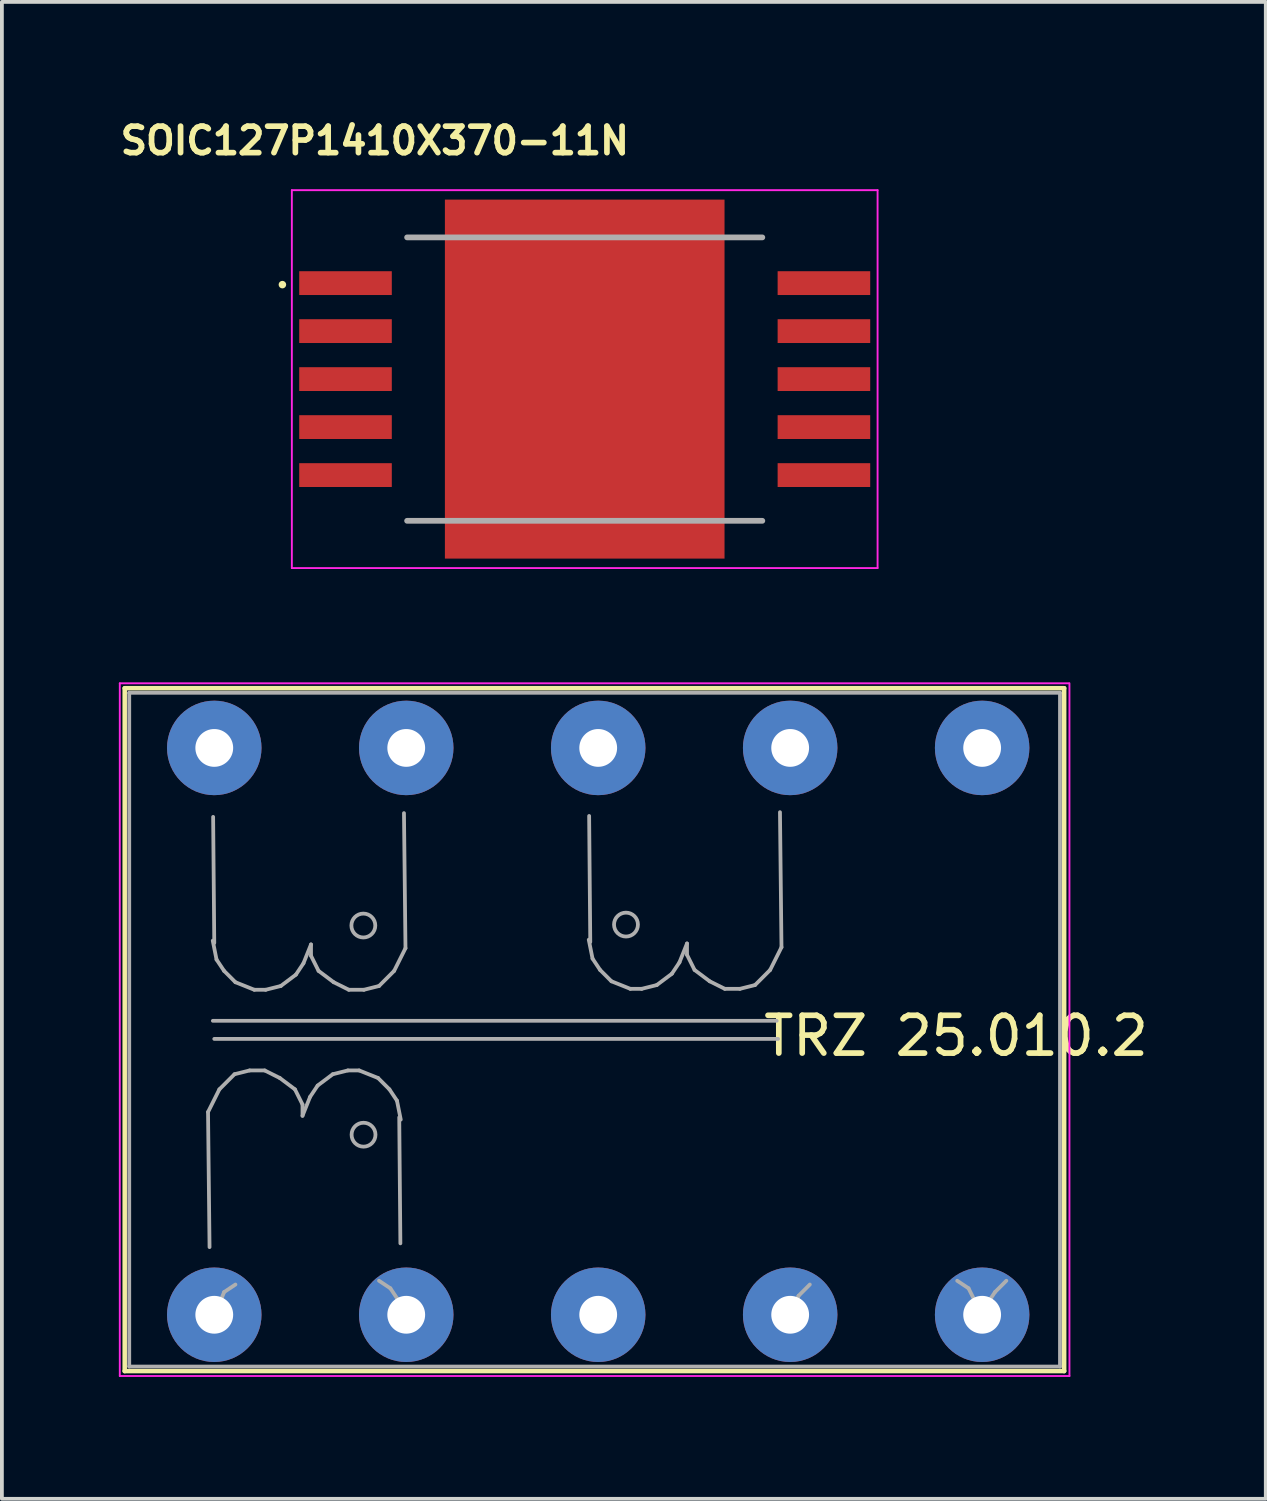
<source format=kicad_pcb>
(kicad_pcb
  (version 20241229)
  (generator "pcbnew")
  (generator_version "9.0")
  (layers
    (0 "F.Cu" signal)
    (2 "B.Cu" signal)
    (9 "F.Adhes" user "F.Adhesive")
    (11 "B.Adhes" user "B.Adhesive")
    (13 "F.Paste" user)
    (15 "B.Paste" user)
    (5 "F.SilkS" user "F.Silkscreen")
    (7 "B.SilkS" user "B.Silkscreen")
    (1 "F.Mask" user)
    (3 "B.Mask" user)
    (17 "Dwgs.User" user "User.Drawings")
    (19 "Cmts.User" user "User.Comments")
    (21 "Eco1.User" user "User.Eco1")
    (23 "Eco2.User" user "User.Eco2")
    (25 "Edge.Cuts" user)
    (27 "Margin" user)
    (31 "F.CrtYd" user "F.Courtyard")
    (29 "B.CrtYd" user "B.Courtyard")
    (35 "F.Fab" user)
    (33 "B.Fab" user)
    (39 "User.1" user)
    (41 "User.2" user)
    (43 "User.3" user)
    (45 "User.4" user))
  (footprint "SOIC127P1410X370-11N"
    (layer "F.Cu")
    (at 12.423 6.982)
    (property "Reference" "SOIC127P1410X370-11N" (at -5.554 -6.309 0) (layer "F.SilkS") (effects (font (size 0.701 0.701) (thickness 0.15))))
    (attr smd)
    (fp_circle (center -8 -2.5) (end -7.95 -2.5) (stroke (width 0.1) (type solid)) (fill no) (layer "F.SilkS"))
    (fp_poly (pts (xy -3.644 -4.505) (xy -1.64 -4.505) (xy -1.64 -3.417) (xy -3.644 -3.417)) (stroke (width 0.01) (type solid)) (fill yes) (layer "F.Paste"))
    (fp_poly (pts (xy -3.608 3.095) (xy -1.64 3.095) (xy -1.64 4.925) (xy -3.608 4.925)) (stroke (width 0.01) (type solid)) (fill yes) (layer "F.Paste"))
    (fp_poly (pts (xy -3.592 -2.605) (xy -1.64 -2.605) (xy -1.64 -1.301) (xy -3.592 -1.301)) (stroke (width 0.01) (type solid)) (fill yes) (layer "F.Paste"))
    (fp_poly (pts (xy -3.586 -0.705) (xy -1.64 -0.705) (xy -1.64 0.766) (xy -3.586 0.766)) (stroke (width 0.01) (type solid)) (fill yes) (layer "F.Paste"))
    (fp_poly (pts (xy -3.554 1.195) (xy -1.64 1.195) (xy -1.64 2.806) (xy -3.554 2.806)) (stroke (width 0.01) (type solid)) (fill yes) (layer "F.Paste"))
    (fp_poly (pts (xy -0.912 1.195) (xy 0.83 1.195) (xy 0.83 2.862) (xy -0.912 2.862)) (stroke (width 0.01) (type solid)) (fill yes) (layer "F.Paste"))
    (fp_poly (pts (xy -0.91 -4.505) (xy 0.83 -4.505) (xy 0.83 -3.392) (xy -0.91 -3.392)) (stroke (width 0.01) (type solid)) (fill yes) (layer "F.Paste"))
    (fp_poly (pts (xy -0.91 -2.605) (xy 0.83 -2.605) (xy 0.83 -1.31) (xy -0.91 -1.31)) (stroke (width 0.01) (type solid)) (fill yes) (layer "F.Paste"))
    (fp_poly (pts (xy -0.905 3.095) (xy 0.83 3.095) (xy 0.83 4.913) (xy -0.905 4.913)) (stroke (width 0.01) (type solid)) (fill yes) (layer "F.Paste"))
    (fp_poly (pts (xy -0.9 -0.705) (xy 0.83 -0.705) (xy 0.83 0.764) (xy -0.9 0.764)) (stroke (width 0.01) (type solid)) (fill yes) (layer "F.Paste"))
    (fp_poly (pts (xy 1.785 -0.705) (xy 3.3 -0.705) (xy 3.3 0.767) (xy 1.785 0.767)) (stroke (width 0.01) (type solid)) (fill yes) (layer "F.Paste"))
    (fp_poly (pts (xy 1.795 1.195) (xy 3.3 1.195) (xy 3.3 2.851) (xy 1.795 2.851)) (stroke (width 0.01) (type solid)) (fill yes) (layer "F.Paste"))
    (fp_poly (pts (xy 1.797 -2.605) (xy 3.3 -2.605) (xy 3.3 -1.309) (xy 1.797 -1.309)) (stroke (width 0.01) (type solid)) (fill yes) (layer "F.Paste"))
    (fp_poly (pts (xy 1.81 3.095) (xy 3.3 3.095) (xy 3.3 4.972) (xy 1.81 4.972)) (stroke (width 0.01) (type solid)) (fill yes) (layer "F.Paste"))
    (fp_poly (pts (xy 1.818 -4.505) (xy 3.3 -4.505) (xy 3.3 -3.431) (xy 1.818 -3.431)) (stroke (width 0.01) (type solid)) (fill yes) (layer "F.Paste"))
    (fp_line (start -7.75 -5) (end 7.75 -5) (stroke (width 0.05) (type solid)) (layer "F.CrtYd"))
    (fp_line (start -7.75 5) (end -7.75 -5) (stroke (width 0.05) (type solid)) (layer "F.CrtYd"))
    (fp_line (start 7.75 -5) (end 7.75 5) (stroke (width 0.05) (type solid)) (layer "F.CrtYd"))
    (fp_line (start 7.75 5) (end -7.75 5) (stroke (width 0.05) (type solid)) (layer "F.CrtYd"))
    (fp_line (start -4.7 -3.75) (end 4.7 -3.75) (stroke (width 0.152) (type solid)) (layer "F.Fab"))
    (fp_line (start 4.7 3.75) (end -4.7 3.75) (stroke (width 0.152) (type solid)) (layer "F.Fab"))
    (pad "1" smd rect (at -6.33 -2.54) (size 2.45 0.63) (layers "F.Cu" "F.Mask" "F.Paste"))
    (pad "2" smd rect (at -6.33 -1.27) (size 2.45 0.63) (layers "F.Cu" "F.Mask" "F.Paste"))
    (pad "3" smd rect (at -6.33 0) (size 2.45 0.63) (layers "F.Cu" "F.Mask" "F.Paste"))
    (pad "4" smd rect (at -6.33 1.27) (size 2.45 0.63) (layers "F.Cu" "F.Mask" "F.Paste"))
    (pad "5" smd rect (at -6.33 2.54) (size 2.45 0.63) (layers "F.Cu" "F.Mask" "F.Paste"))
    (pad "6" smd rect (at 6.33 2.54) (size 2.45 0.63) (layers "F.Cu" "F.Mask" "F.Paste"))
    (pad "7" smd rect (at 6.33 1.27) (size 2.45 0.63) (layers "F.Cu" "F.Mask" "F.Paste"))
    (pad "8" smd rect (at 6.33 0) (size 2.45 0.63) (layers "F.Cu" "F.Mask" "F.Paste"))
    (pad "9" smd rect (at 6.33 -1.27) (size 2.45 0.63) (layers "F.Cu" "F.Mask" "F.Paste"))
    (pad "10" smd rect (at 6.33 -2.54) (size 2.45 0.63) (layers "F.Cu" "F.Mask" "F.Paste"))
    (pad "11" smd rect (at 0 0) (size 7.4 9.5) (layers "F.Cu" "F.Mask")))
  (footprint "TRZ 25.010.2"
    (layer "F.Cu")
    (at 0.25 33.362)
    (property "Reference" "TRZ 25.010.2" (at 22 -9 0) (layer "F.SilkS") (effects (font (size 1 1) (thickness 0.15))))
    (attr through_hole)
    (fp_line (start 0 -18.2) (end 0 -0.13) (stroke (width 0.12) (type solid)) (layer "F.SilkS"))
    (fp_line (start 0 -18.2) (end 24.86 -18.2) (stroke (width 0.12) (type solid)) (layer "F.SilkS"))
    (fp_line (start 24.86 -0.13) (end 0 -0.13) (stroke (width 0.12) (type solid)) (layer "F.SilkS"))
    (fp_line (start 24.86 -0.13) (end 24.86 -18.2) (stroke (width 0.12) (type solid)) (layer "F.SilkS"))
    (fp_line (start -0.13 -18.33) (end -0.13 0) (stroke (width 0.05) (type solid)) (layer "F.CrtYd"))
    (fp_line (start -0.13 -18.33) (end 24.99 -18.33) (stroke (width 0.05) (type solid)) (layer "F.CrtYd"))
    (fp_line (start 25 0) (end -0.13 0) (stroke (width 0.05) (type solid)) (layer "F.CrtYd"))
    (fp_line (start 25 0) (end 25 -18.33) (stroke (width 0.05) (type solid)) (layer "F.CrtYd"))
    (fp_line (start 0.12 -18.08) (end 24.75 -18.08) (stroke (width 0.1) (type solid)) (layer "F.Fab"))
    (fp_line (start 0.12 -0.25) (end 0.12 -18.08) (stroke (width 0.1) (type solid)) (layer "F.Fab"))
    (fp_line (start 2.205 -6.985) (end 2.245 -3.41) (stroke (width 0.1) (type solid)) (layer "F.Fab"))
    (fp_line (start 2.205 -6.985) (end 2.505 -7.585) (stroke (width 0.1) (type solid)) (layer "F.Fab"))
    (fp_line (start 2.33 -1.42) (end 2.43 -1.72) (stroke (width 0.1) (type solid)) (layer "F.Fab"))
    (fp_line (start 2.333 -9.399) (end 17.253 -9.399) (stroke (width 0.1) (type solid)) (layer "F.Fab"))
    (fp_line (start 2.37 -11.46) (end 2.34 -14.795) (stroke (width 0.1) (type solid)) (layer "F.Fab"))
    (fp_line (start 2.37 -8.92) (end 17.29 -8.92) (stroke (width 0.1) (type solid)) (layer "F.Fab"))
    (fp_line (start 2.43 -11.02) (end 2.33 -11.52) (stroke (width 0.1) (type solid)) (layer "F.Fab"))
    (fp_line (start 2.43 -1.72) (end 2.63 -2.22) (stroke (width 0.1) (type solid)) (layer "F.Fab"))
    (fp_line (start 2.505 -7.585) (end 2.905 -7.985) (stroke (width 0.1) (type solid)) (layer "F.Fab"))
    (fp_line (start 2.63 -10.72) (end 2.43 -11.02) (stroke (width 0.1) (type solid)) (layer "F.Fab"))
    (fp_line (start 2.63 -2.22) (end 2.93 -2.42) (stroke (width 0.1) (type solid)) (layer "F.Fab"))
    (fp_line (start 2.905 -7.985) (end 3.305 -8.085) (stroke (width 0.1) (type solid)) (layer "F.Fab"))
    (fp_line (start 2.93 -10.42) (end 2.63 -10.72) (stroke (width 0.1) (type solid)) (layer "F.Fab"))
    (fp_line (start 3.305 -8.085) (end 3.705 -8.085) (stroke (width 0.1) (type solid)) (layer "F.Fab"))
    (fp_line (start 3.43 -10.22) (end 2.93 -10.42) (stroke (width 0.1) (type solid)) (layer "F.Fab"))
    (fp_line (start 3.705 -8.085) (end 4.105 -7.885) (stroke (width 0.1) (type solid)) (layer "F.Fab"))
    (fp_line (start 3.73 -10.22) (end 3.43 -10.22) (stroke (width 0.1) (type solid)) (layer "F.Fab"))
    (fp_line (start 4.105 -7.885) (end 4.505 -7.585) (stroke (width 0.1) (type solid)) (layer "F.Fab"))
    (fp_line (start 4.13 -10.32) (end 3.73 -10.22) (stroke (width 0.1) (type solid)) (layer "F.Fab"))
    (fp_line (start 4.505 -7.585) (end 4.705 -7.185) (stroke (width 0.1) (type solid)) (layer "F.Fab"))
    (fp_line (start 4.53 -10.62) (end 4.13 -10.32) (stroke (width 0.1) (type solid)) (layer "F.Fab"))
    (fp_line (start 4.705 -7.185) (end 4.705 -6.885) (stroke (width 0.1) (type solid)) (layer "F.Fab"))
    (fp_line (start 4.705 -6.885) (end 4.905 -7.385) (stroke (width 0.1) (type solid)) (layer "F.Fab"))
    (fp_line (start 4.73 -10.92) (end 4.53 -10.62) (stroke (width 0.1) (type solid)) (layer "F.Fab"))
    (fp_line (start 4.905 -7.385) (end 5.105 -7.685) (stroke (width 0.1) (type solid)) (layer "F.Fab"))
    (fp_line (start 4.93 -11.42) (end 4.73 -10.92) (stroke (width 0.1) (type solid)) (layer "F.Fab"))
    (fp_line (start 4.93 -11.12) (end 4.93 -11.42) (stroke (width 0.1) (type solid)) (layer "F.Fab"))
    (fp_line (start 5.105 -7.685) (end 5.505 -7.985) (stroke (width 0.1) (type solid)) (layer "F.Fab"))
    (fp_line (start 5.13 -10.72) (end 4.93 -11.12) (stroke (width 0.1) (type solid)) (layer "F.Fab"))
    (fp_line (start 5.505 -7.985) (end 5.905 -8.085) (stroke (width 0.1) (type solid)) (layer "F.Fab"))
    (fp_line (start 5.53 -10.42) (end 5.13 -10.72) (stroke (width 0.1) (type solid)) (layer "F.Fab"))
    (fp_line (start 5.905 -8.085) (end 6.205 -8.085) (stroke (width 0.1) (type solid)) (layer "F.Fab"))
    (fp_line (start 5.93 -10.22) (end 5.53 -10.42) (stroke (width 0.1) (type solid)) (layer "F.Fab"))
    (fp_line (start 6.205 -8.085) (end 6.705 -7.885) (stroke (width 0.1) (type solid)) (layer "F.Fab"))
    (fp_line (start 6.33 -10.22) (end 5.93 -10.22) (stroke (width 0.1) (type solid)) (layer "F.Fab"))
    (fp_line (start 6.705 -7.885) (end 7.005 -7.585) (stroke (width 0.1) (type solid)) (layer "F.Fab"))
    (fp_line (start 6.73 -10.32) (end 6.33 -10.22) (stroke (width 0.1) (type solid)) (layer "F.Fab"))
    (fp_line (start 6.73 -2.52) (end 7.03 -2.32) (stroke (width 0.1) (type solid)) (layer "F.Fab"))
    (fp_line (start 7.005 -7.585) (end 7.205 -7.285) (stroke (width 0.1) (type solid)) (layer "F.Fab"))
    (fp_line (start 7.03 -2.32) (end 7.23 -2.02) (stroke (width 0.1) (type solid)) (layer "F.Fab"))
    (fp_line (start 7.13 -10.72) (end 6.73 -10.32) (stroke (width 0.1) (type solid)) (layer "F.Fab"))
    (fp_line (start 7.205 -7.285) (end 7.305 -6.785) (stroke (width 0.1) (type solid)) (layer "F.Fab"))
    (fp_line (start 7.23 -2.02) (end 7.33 -1.82) (stroke (width 0.1) (type solid)) (layer "F.Fab"))
    (fp_line (start 7.265 -6.845) (end 7.295 -3.51) (stroke (width 0.1) (type solid)) (layer "F.Fab"))
    (fp_line (start 7.33 -1.82) (end 7.43 -1.42) (stroke (width 0.1) (type solid)) (layer "F.Fab"))
    (fp_line (start 7.43 -11.32) (end 7.13 -10.72) (stroke (width 0.1) (type solid)) (layer "F.Fab"))
    (fp_line (start 7.43 -11.32) (end 7.39 -14.895) (stroke (width 0.1) (type solid)) (layer "F.Fab"))
    (fp_line (start 12.32 -11.485) (end 12.29 -14.82) (stroke (width 0.1) (type solid)) (layer "F.Fab"))
    (fp_line (start 12.38 -11.045) (end 12.28 -11.545) (stroke (width 0.1) (type solid)) (layer "F.Fab"))
    (fp_line (start 12.58 -10.745) (end 12.38 -11.045) (stroke (width 0.1) (type solid)) (layer "F.Fab"))
    (fp_line (start 12.88 -10.445) (end 12.58 -10.745) (stroke (width 0.1) (type solid)) (layer "F.Fab"))
    (fp_line (start 13.38 -10.245) (end 12.88 -10.445) (stroke (width 0.1) (type solid)) (layer "F.Fab"))
    (fp_line (start 13.68 -10.245) (end 13.38 -10.245) (stroke (width 0.1) (type solid)) (layer "F.Fab"))
    (fp_line (start 14.08 -10.345) (end 13.68 -10.245) (stroke (width 0.1) (type solid)) (layer "F.Fab"))
    (fp_line (start 14.48 -10.645) (end 14.08 -10.345) (stroke (width 0.1) (type solid)) (layer "F.Fab"))
    (fp_line (start 14.68 -10.945) (end 14.48 -10.645) (stroke (width 0.1) (type solid)) (layer "F.Fab"))
    (fp_line (start 14.88 -11.445) (end 14.68 -10.945) (stroke (width 0.1) (type solid)) (layer "F.Fab"))
    (fp_line (start 14.88 -11.145) (end 14.88 -11.445) (stroke (width 0.1) (type solid)) (layer "F.Fab"))
    (fp_line (start 15.08 -10.745) (end 14.88 -11.145) (stroke (width 0.1) (type solid)) (layer "F.Fab"))
    (fp_line (start 15.48 -10.445) (end 15.08 -10.745) (stroke (width 0.1) (type solid)) (layer "F.Fab"))
    (fp_line (start 15.88 -10.245) (end 15.48 -10.445) (stroke (width 0.1) (type solid)) (layer "F.Fab"))
    (fp_line (start 16.28 -10.245) (end 15.88 -10.245) (stroke (width 0.1) (type solid)) (layer "F.Fab"))
    (fp_line (start 16.68 -10.345) (end 16.28 -10.245) (stroke (width 0.1) (type solid)) (layer "F.Fab"))
    (fp_line (start 17.08 -10.745) (end 16.68 -10.345) (stroke (width 0.1) (type solid)) (layer "F.Fab"))
    (fp_line (start 17.38 -11.345) (end 17.08 -10.745) (stroke (width 0.1) (type solid)) (layer "F.Fab"))
    (fp_line (start 17.38 -11.345) (end 17.34 -14.92) (stroke (width 0.1) (type solid)) (layer "F.Fab"))
    (fp_line (start 17.73 -1.82) (end 17.63 -1.42) (stroke (width 0.1) (type solid)) (layer "F.Fab"))
    (fp_line (start 17.83 -2.12) (end 17.73 -1.82) (stroke (width 0.1) (type solid)) (layer "F.Fab"))
    (fp_line (start 18.13 -2.42) (end 17.83 -2.12) (stroke (width 0.1) (type solid)) (layer "F.Fab"))
    (fp_line (start 22.33 -2.32) (end 22.03 -2.52) (stroke (width 0.1) (type solid)) (layer "F.Fab"))
    (fp_line (start 22.53 -1.92) (end 22.33 -2.32) (stroke (width 0.1) (type solid)) (layer "F.Fab"))
    (fp_line (start 22.63 -1.52) (end 22.53 -1.92) (stroke (width 0.1) (type solid)) (layer "F.Fab"))
    (fp_line (start 22.73 -1.72) (end 22.63 -1.42) (stroke (width 0.1) (type solid)) (layer "F.Fab"))
    (fp_line (start 22.83 -1.92) (end 22.73 -1.72) (stroke (width 0.1) (type solid)) (layer "F.Fab"))
    (fp_line (start 23.03 -2.22) (end 22.83 -1.92) (stroke (width 0.1) (type solid)) (layer "F.Fab"))
    (fp_line (start 23.33 -2.52) (end 23.03 -2.22) (stroke (width 0.1) (type solid)) (layer "F.Fab"))
    (fp_line (start 24.75 -18.08) (end 24.75 -0.25) (stroke (width 0.1) (type solid)) (layer "F.Fab"))
    (fp_line (start 24.75 -0.25) (end 0.12 -0.25) (stroke (width 0.1) (type solid)) (layer "F.Fab"))
    (fp_circle (center 6.315 -11.92) (end 6.415 -11.62) (stroke (width 0.1) (type solid)) (fill no) (layer "F.Fab"))
    (fp_circle (center 6.32 -6.385) (end 6.22 -6.685) (stroke (width 0.1) (type solid)) (fill no) (layer "F.Fab"))
    (fp_circle (center 13.265 -11.945) (end 13.365 -11.645) (stroke (width 0.1) (type solid)) (fill no) (layer "F.Fab"))
    (pad "1" thru_hole circle (at 22.69 -1.62) (size 2.5 2.5) (drill 1) (layers "*.Cu" "*.Mask"))
    (pad "2" thru_hole circle (at 17.61 -1.62) (size 2.5 2.5) (drill 1) (layers "*.Cu" "*.Mask"))
    (pad "3" thru_hole circle (at 12.53 -1.62) (size 2.5 2.5) (drill 1) (layers "*.Cu" "*.Mask"))
    (pad "4" thru_hole circle (at 7.45 -1.62) (size 2.5 2.5) (drill 1) (layers "*.Cu" "*.Mask"))
    (pad "5" thru_hole circle (at 2.37 -1.62) (size 2.5 2.5) (drill 1) (layers "*.Cu" "*.Mask"))
    (pad "6" thru_hole circle (at 2.37 -16.62) (size 2.5 2.5) (drill 1) (layers "*.Cu" "*.Mask"))
    (pad "7" thru_hole circle (at 7.45 -16.62) (size 2.5 2.5) (drill 1) (layers "*.Cu" "*.Mask"))
    (pad "8" thru_hole circle (at 12.53 -16.62) (size 2.5 2.5) (drill 1) (layers "*.Cu" "*.Mask"))
    (pad "9" thru_hole circle (at 17.61 -16.62) (size 2.5 2.5) (drill 1) (layers "*.Cu" "*.Mask"))
    (pad "10" thru_hole circle (at 22.69 -16.62) (size 2.5 2.5) (drill 1) (layers "*.Cu" "*.Mask")))
  (gr_rect
    (start -3 -3)
    (end 30.446 36.612)
    (stroke (width 0.1) (type default))
    (fill no)
    (layer "Edge.Cuts")))
</source>
